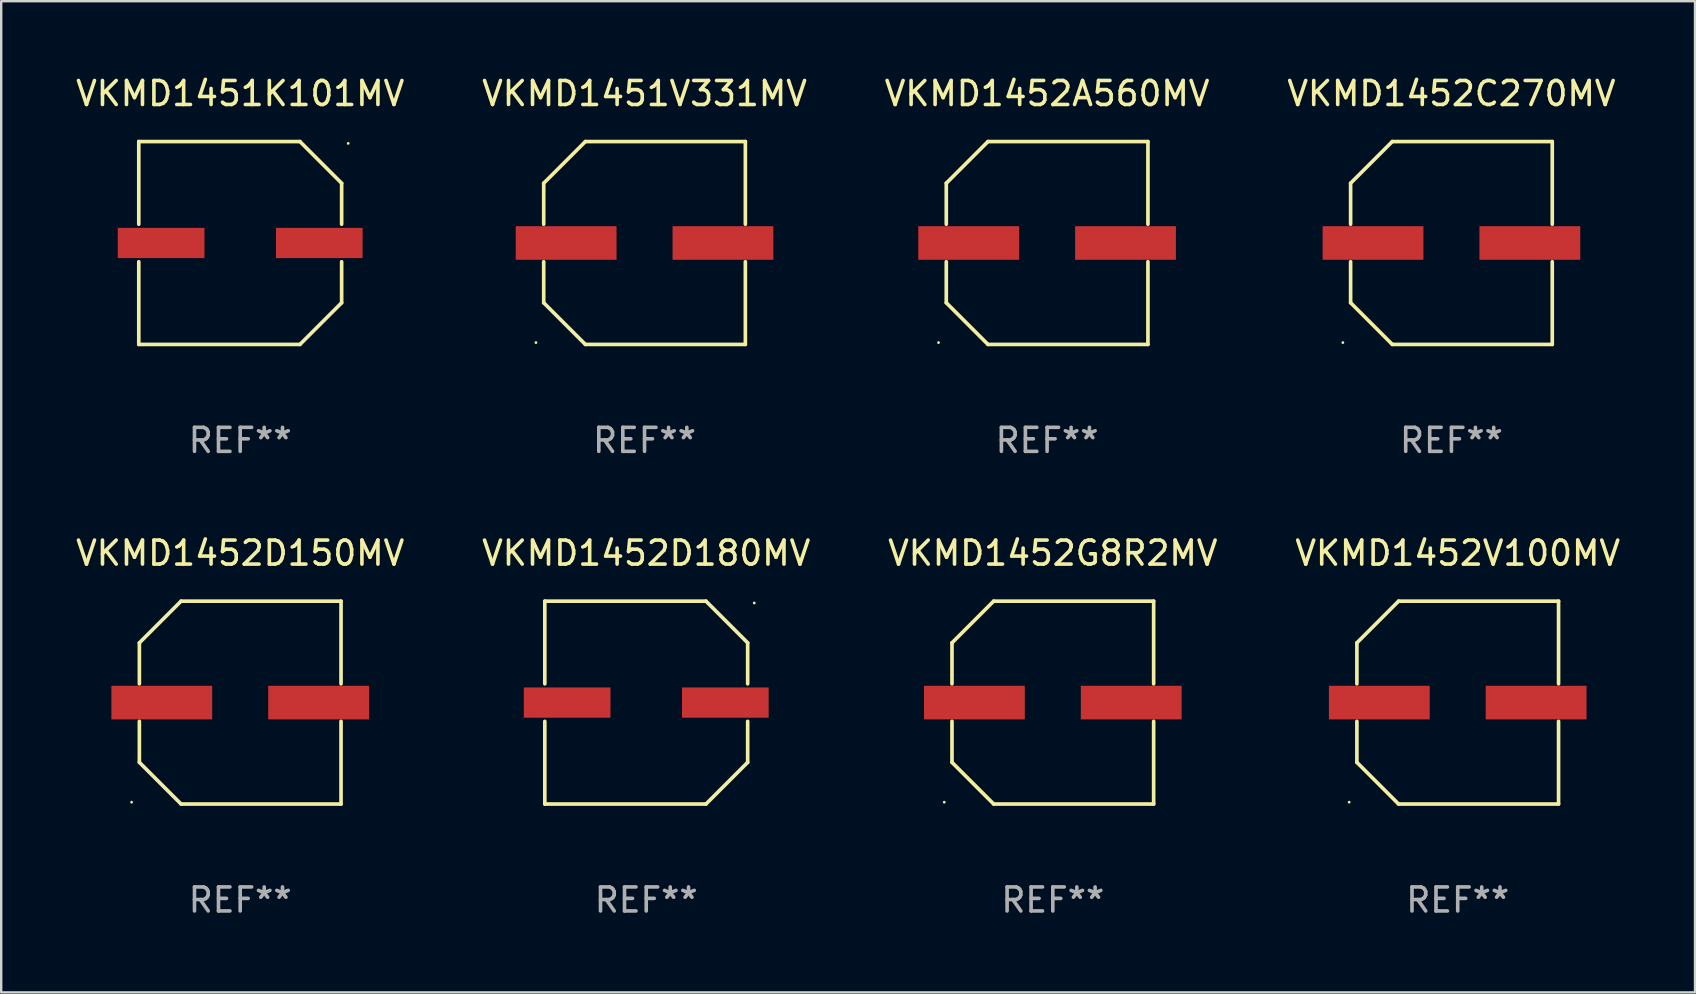
<source format=kicad_pcb>
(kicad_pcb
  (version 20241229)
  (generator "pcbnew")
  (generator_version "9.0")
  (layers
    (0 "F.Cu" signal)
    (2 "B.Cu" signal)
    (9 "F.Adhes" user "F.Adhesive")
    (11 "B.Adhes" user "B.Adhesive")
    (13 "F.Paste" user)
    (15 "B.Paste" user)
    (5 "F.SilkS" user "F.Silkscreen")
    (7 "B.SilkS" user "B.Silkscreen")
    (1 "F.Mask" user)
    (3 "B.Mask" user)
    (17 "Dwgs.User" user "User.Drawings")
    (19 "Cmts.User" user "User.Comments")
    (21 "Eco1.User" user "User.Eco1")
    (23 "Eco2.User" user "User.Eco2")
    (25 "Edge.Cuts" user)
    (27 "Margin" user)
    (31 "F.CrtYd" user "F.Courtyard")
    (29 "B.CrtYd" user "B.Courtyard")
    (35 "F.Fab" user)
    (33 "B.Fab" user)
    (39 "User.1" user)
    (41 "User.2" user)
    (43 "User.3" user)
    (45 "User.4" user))
  (footprint "VKMD1452D180MV"
    (layer "F.Cu")
    (at 23.875 26.223)
    (property "Reference" "VKMD1452D180MV" (at 0 -6.226 0) (layer "F.SilkS") (effects (font (size 1 1) (thickness 0.15))))
    (attr through_hole)
    (fp_line (start -4.226 -4.226) (end 2.49 -4.226) (stroke (width 0.152) (type solid)) (layer "F.SilkS"))
    (fp_line (start -4.226 -0.782) (end -4.226 -4.226) (stroke (width 0.152) (type solid)) (layer "F.SilkS"))
    (fp_line (start -4.226 0.782) (end -4.226 4.226) (stroke (width 0.152) (type solid)) (layer "F.SilkS"))
    (fp_line (start -4.226 4.226) (end 2.49 4.226) (stroke (width 0.152) (type solid)) (layer "F.SilkS"))
    (fp_line (start 2.49 -4.226) (end 4.226 -2.49) (stroke (width 0.152) (type solid)) (layer "F.SilkS"))
    (fp_line (start 2.49 4.226) (end 4.226 2.49) (stroke (width 0.152) (type solid)) (layer "F.SilkS"))
    (fp_line (start 4.226 -2.49) (end 4.226 -0.782) (stroke (width 0.152) (type solid)) (layer "F.SilkS"))
    (fp_line (start 4.226 2.49) (end 4.226 0.782) (stroke (width 0.152) (type solid)) (layer "F.SilkS"))
    (fp_circle (center 4.5 -4.15) (end 4.53 -4.15) (stroke (width 0.06) (type solid)) (fill no) (layer "F.SilkS"))
    (fp_text user "REF**" (at 0 8.226 0) (layer "F.Fab") (effects (font (size 1 1) (thickness 0.15))))
    (pad "1" smd rect (at 3.295 0 180) (size 3.61 1.26) (layers "F.Cu" "F.Mask" "F.Paste"))
    (pad "2" smd rect (at -3.295 0 180) (size 3.61 1.26) (layers "F.Cu" "F.Mask" "F.Paste")))
  (footprint "VKMD1452V100MV"
    (layer "F.Cu")
    (at 57.685 26.223)
    (property "Reference" "VKMD1452V100MV" (at 0 -6.226 0) (layer "F.SilkS") (effects (font (size 1 1) (thickness 0.15))))
    (attr through_hole)
    (fp_line (start -4.201 -2.49) (end -4.201 -0.782) (stroke (width 0.152) (type solid)) (layer "F.SilkS"))
    (fp_line (start -4.201 2.49) (end -4.201 0.782) (stroke (width 0.152) (type solid)) (layer "F.SilkS"))
    (fp_line (start -2.465 -4.226) (end -4.201 -2.49) (stroke (width 0.152) (type solid)) (layer "F.SilkS"))
    (fp_line (start -2.465 4.226) (end -4.201 2.49) (stroke (width 0.152) (type solid)) (layer "F.SilkS"))
    (fp_line (start 4.201 -4.226) (end -2.465 -4.226) (stroke (width 0.152) (type solid)) (layer "F.SilkS"))
    (fp_line (start 4.201 -0.782) (end 4.201 -4.226) (stroke (width 0.152) (type solid)) (layer "F.SilkS"))
    (fp_line (start 4.201 0.782) (end 4.201 4.226) (stroke (width 0.152) (type solid)) (layer "F.SilkS"))
    (fp_line (start 4.201 4.226) (end -2.465 4.226) (stroke (width 0.152) (type solid)) (layer "F.SilkS"))
    (fp_circle (center -4.524 4.15) (end -4.494 4.15) (stroke (width 0.06) (type solid)) (fill no) (layer "F.SilkS"))
    (fp_text user "REF**" (at 0 8.226 0) (layer "F.Fab") (effects (font (size 1 1) (thickness 0.15))))
    (pad "1" smd rect (at -3.267 0) (size 4.2 1.4) (layers "F.Cu" "F.Mask" "F.Paste"))
    (pad "2" smd rect (at 3.267 0) (size 4.2 1.4) (layers "F.Cu" "F.Mask" "F.Paste")))
  (footprint "VKMD1452G8R2MV"
    (layer "F.Cu")
    (at 40.815 26.223)
    (property "Reference" "VKMD1452G8R2MV" (at 0 -6.226 0) (layer "F.SilkS") (effects (font (size 1 1) (thickness 0.15))))
    (attr through_hole)
    (fp_line (start -4.201 -2.49) (end -4.201 -0.782) (stroke (width 0.152) (type solid)) (layer "F.SilkS"))
    (fp_line (start -4.201 2.49) (end -4.201 0.782) (stroke (width 0.152) (type solid)) (layer "F.SilkS"))
    (fp_line (start -2.465 -4.226) (end -4.201 -2.49) (stroke (width 0.152) (type solid)) (layer "F.SilkS"))
    (fp_line (start -2.465 4.226) (end -4.201 2.49) (stroke (width 0.152) (type solid)) (layer "F.SilkS"))
    (fp_line (start 4.201 -4.226) (end -2.465 -4.226) (stroke (width 0.152) (type solid)) (layer "F.SilkS"))
    (fp_line (start 4.201 -0.782) (end 4.201 -4.226) (stroke (width 0.152) (type solid)) (layer "F.SilkS"))
    (fp_line (start 4.201 0.782) (end 4.201 4.226) (stroke (width 0.152) (type solid)) (layer "F.SilkS"))
    (fp_line (start 4.201 4.226) (end -2.465 4.226) (stroke (width 0.152) (type solid)) (layer "F.SilkS"))
    (fp_circle (center -4.524 4.15) (end -4.494 4.15) (stroke (width 0.06) (type solid)) (fill no) (layer "F.SilkS"))
    (fp_text user "REF**" (at 0 8.226 0) (layer "F.Fab") (effects (font (size 1 1) (thickness 0.15))))
    (pad "1" smd rect (at -3.267 0) (size 4.2 1.4) (layers "F.Cu" "F.Mask" "F.Paste"))
    (pad "2" smd rect (at 3.267 0) (size 4.2 1.4) (layers "F.Cu" "F.Mask" "F.Paste")))
  (footprint "VKMD1452D150MV"
    (layer "F.Cu")
    (at 6.958 26.223)
    (property "Reference" "VKMD1452D150MV" (at 0 -6.226 0) (layer "F.SilkS") (effects (font (size 1 1) (thickness 0.15))))
    (attr through_hole)
    (fp_line (start -4.201 -2.49) (end -4.201 -0.782) (stroke (width 0.152) (type solid)) (layer "F.SilkS"))
    (fp_line (start -4.201 2.49) (end -4.201 0.782) (stroke (width 0.152) (type solid)) (layer "F.SilkS"))
    (fp_line (start -2.465 -4.226) (end -4.201 -2.49) (stroke (width 0.152) (type solid)) (layer "F.SilkS"))
    (fp_line (start -2.465 4.226) (end -4.201 2.49) (stroke (width 0.152) (type solid)) (layer "F.SilkS"))
    (fp_line (start 4.201 -4.226) (end -2.465 -4.226) (stroke (width 0.152) (type solid)) (layer "F.SilkS"))
    (fp_line (start 4.201 -0.782) (end 4.201 -4.226) (stroke (width 0.152) (type solid)) (layer "F.SilkS"))
    (fp_line (start 4.201 0.782) (end 4.201 4.226) (stroke (width 0.152) (type solid)) (layer "F.SilkS"))
    (fp_line (start 4.201 4.226) (end -2.465 4.226) (stroke (width 0.152) (type solid)) (layer "F.SilkS"))
    (fp_circle (center -4.524 4.15) (end -4.494 4.15) (stroke (width 0.06) (type solid)) (fill no) (layer "F.SilkS"))
    (fp_text user "REF**" (at 0 8.226 0) (layer "F.Fab") (effects (font (size 1 1) (thickness 0.15))))
    (pad "1" smd rect (at -3.267 0) (size 4.2 1.4) (layers "F.Cu" "F.Mask" "F.Paste"))
    (pad "2" smd rect (at 3.267 0) (size 4.2 1.4) (layers "F.Cu" "F.Mask" "F.Paste")))
  (footprint "VKMD1452C270MV"
    (layer "F.Cu")
    (at 57.423 7.074)
    (property "Reference" "VKMD1452C270MV" (at 0 -6.226 0) (layer "F.SilkS") (effects (font (size 1 1) (thickness 0.15))))
    (attr through_hole)
    (fp_line (start -4.201 -2.49) (end -4.201 -0.782) (stroke (width 0.152) (type solid)) (layer "F.SilkS"))
    (fp_line (start -4.201 2.49) (end -4.201 0.782) (stroke (width 0.152) (type solid)) (layer "F.SilkS"))
    (fp_line (start -2.465 -4.226) (end -4.201 -2.49) (stroke (width 0.152) (type solid)) (layer "F.SilkS"))
    (fp_line (start -2.465 4.226) (end -4.201 2.49) (stroke (width 0.152) (type solid)) (layer "F.SilkS"))
    (fp_line (start 4.201 -4.226) (end -2.465 -4.226) (stroke (width 0.152) (type solid)) (layer "F.SilkS"))
    (fp_line (start 4.201 -0.782) (end 4.201 -4.226) (stroke (width 0.152) (type solid)) (layer "F.SilkS"))
    (fp_line (start 4.201 0.782) (end 4.201 4.226) (stroke (width 0.152) (type solid)) (layer "F.SilkS"))
    (fp_line (start 4.201 4.226) (end -2.465 4.226) (stroke (width 0.152) (type solid)) (layer "F.SilkS"))
    (fp_circle (center -4.524 4.15) (end -4.494 4.15) (stroke (width 0.06) (type solid)) (fill no) (layer "F.SilkS"))
    (fp_text user "REF**" (at 0 8.226 0) (layer "F.Fab") (effects (font (size 1 1) (thickness 0.15))))
    (pad "1" smd rect (at -3.267 0) (size 4.2 1.4) (layers "F.Cu" "F.Mask" "F.Paste"))
    (pad "2" smd rect (at 3.267 0) (size 4.2 1.4) (layers "F.Cu" "F.Mask" "F.Paste")))
  (footprint "VKMD1451K101MV"
    (layer "F.Cu")
    (at 6.958 7.074)
    (property "Reference" "VKMD1451K101MV" (at 0 -6.226 0) (layer "F.SilkS") (effects (font (size 1 1) (thickness 0.15))))
    (attr through_hole)
    (fp_line (start -4.226 -4.226) (end 2.49 -4.226) (stroke (width 0.152) (type solid)) (layer "F.SilkS"))
    (fp_line (start -4.226 -0.782) (end -4.226 -4.226) (stroke (width 0.152) (type solid)) (layer "F.SilkS"))
    (fp_line (start -4.226 0.782) (end -4.226 4.226) (stroke (width 0.152) (type solid)) (layer "F.SilkS"))
    (fp_line (start -4.226 4.226) (end 2.49 4.226) (stroke (width 0.152) (type solid)) (layer "F.SilkS"))
    (fp_line (start 2.49 -4.226) (end 4.226 -2.49) (stroke (width 0.152) (type solid)) (layer "F.SilkS"))
    (fp_line (start 2.49 4.226) (end 4.226 2.49) (stroke (width 0.152) (type solid)) (layer "F.SilkS"))
    (fp_line (start 4.226 -2.49) (end 4.226 -0.782) (stroke (width 0.152) (type solid)) (layer "F.SilkS"))
    (fp_line (start 4.226 2.49) (end 4.226 0.782) (stroke (width 0.152) (type solid)) (layer "F.SilkS"))
    (fp_circle (center 4.5 -4.15) (end 4.53 -4.15) (stroke (width 0.06) (type solid)) (fill no) (layer "F.SilkS"))
    (fp_text user "REF**" (at 0 8.226 0) (layer "F.Fab") (effects (font (size 1 1) (thickness 0.15))))
    (pad "1" smd rect (at 3.295 0 180) (size 3.61 1.26) (layers "F.Cu" "F.Mask" "F.Paste"))
    (pad "2" smd rect (at -3.295 0 180) (size 3.61 1.26) (layers "F.Cu" "F.Mask" "F.Paste")))
  (footprint "VKMD1451V331MV"
    (layer "F.Cu")
    (at 23.804 7.074)
    (property "Reference" "VKMD1451V331MV" (at 0 -6.226 0) (layer "F.SilkS") (effects (font (size 1 1) (thickness 0.15))))
    (attr through_hole)
    (fp_line (start -4.201 -2.49) (end -4.201 -0.782) (stroke (width 0.152) (type solid)) (layer "F.SilkS"))
    (fp_line (start -4.201 2.49) (end -4.201 0.782) (stroke (width 0.152) (type solid)) (layer "F.SilkS"))
    (fp_line (start -2.465 -4.226) (end -4.201 -2.49) (stroke (width 0.152) (type solid)) (layer "F.SilkS"))
    (fp_line (start -2.465 4.226) (end -4.201 2.49) (stroke (width 0.152) (type solid)) (layer "F.SilkS"))
    (fp_line (start 4.201 -4.226) (end -2.465 -4.226) (stroke (width 0.152) (type solid)) (layer "F.SilkS"))
    (fp_line (start 4.201 -0.782) (end 4.201 -4.226) (stroke (width 0.152) (type solid)) (layer "F.SilkS"))
    (fp_line (start 4.201 0.782) (end 4.201 4.226) (stroke (width 0.152) (type solid)) (layer "F.SilkS"))
    (fp_line (start 4.201 4.226) (end -2.465 4.226) (stroke (width 0.152) (type solid)) (layer "F.SilkS"))
    (fp_circle (center -4.524 4.15) (end -4.494 4.15) (stroke (width 0.06) (type solid)) (fill no) (layer "F.SilkS"))
    (fp_text user "REF**" (at 0 8.226 0) (layer "F.Fab") (effects (font (size 1 1) (thickness 0.15))))
    (pad "1" smd rect (at -3.267 0) (size 4.2 1.4) (layers "F.Cu" "F.Mask" "F.Paste"))
    (pad "2" smd rect (at 3.267 0) (size 4.2 1.4) (layers "F.Cu" "F.Mask" "F.Paste")))
  (footprint "VKMD1452A560MV"
    (layer "F.Cu")
    (at 40.577 7.074)
    (property "Reference" "VKMD1452A560MV" (at 0 -6.226 0) (layer "F.SilkS") (effects (font (size 1 1) (thickness 0.15))))
    (attr through_hole)
    (fp_line (start -4.201 -2.49) (end -4.201 -0.782) (stroke (width 0.152) (type solid)) (layer "F.SilkS"))
    (fp_line (start -4.201 2.49) (end -4.201 0.782) (stroke (width 0.152) (type solid)) (layer "F.SilkS"))
    (fp_line (start -2.465 -4.226) (end -4.201 -2.49) (stroke (width 0.152) (type solid)) (layer "F.SilkS"))
    (fp_line (start -2.465 4.226) (end -4.201 2.49) (stroke (width 0.152) (type solid)) (layer "F.SilkS"))
    (fp_line (start 4.201 -4.226) (end -2.465 -4.226) (stroke (width 0.152) (type solid)) (layer "F.SilkS"))
    (fp_line (start 4.201 -0.782) (end 4.201 -4.226) (stroke (width 0.152) (type solid)) (layer "F.SilkS"))
    (fp_line (start 4.201 0.782) (end 4.201 4.226) (stroke (width 0.152) (type solid)) (layer "F.SilkS"))
    (fp_line (start 4.201 4.226) (end -2.465 4.226) (stroke (width 0.152) (type solid)) (layer "F.SilkS"))
    (fp_circle (center -4.524 4.15) (end -4.494 4.15) (stroke (width 0.06) (type solid)) (fill no) (layer "F.SilkS"))
    (fp_text user "REF**" (at 0 8.226 0) (layer "F.Fab") (effects (font (size 1 1) (thickness 0.15))))
    (pad "1" smd rect (at -3.267 0) (size 4.2 1.4) (layers "F.Cu" "F.Mask" "F.Paste"))
    (pad "2" smd rect (at 3.267 0) (size 4.2 1.4) (layers "F.Cu" "F.Mask" "F.Paste")))
  (gr_rect
    (start -3 -3)
    (end 67.571 38.298)
    (stroke (width 0.1) (type default))
    (fill no)
    (layer "Edge.Cuts")))
</source>
